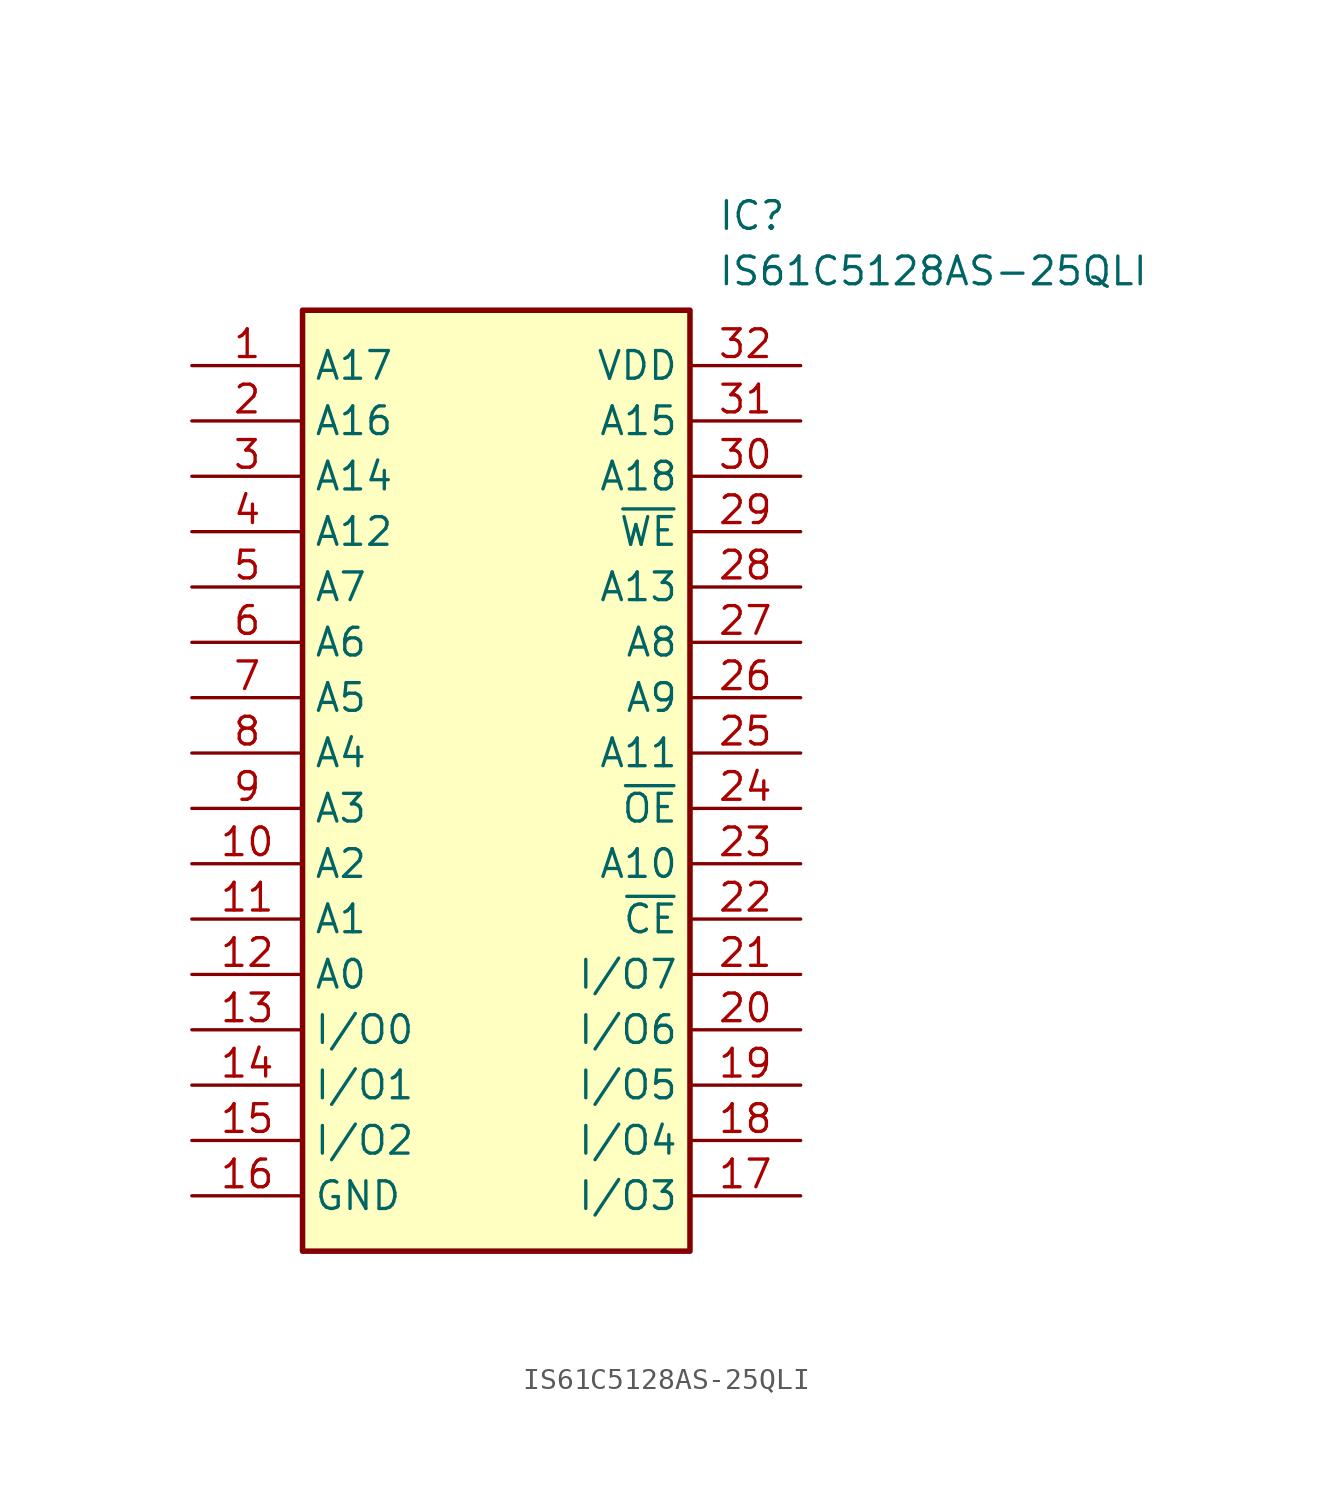
<source format=kicad_sym>
(kicad_symbol_lib
  (version 20211014)
  (generator SamacSys_ECAD_Model)
  (symbol "IS61C5128AS-25QLI"
    (property "Reference" "IC"
      (at 24.13 7.62 0)
      (effects (font (size 1.27 1.27)) (justify left top)))
    (property "Value" "IS61C5128AS-25QLI"
      (at 24.13 5.08 0)
      (effects (font (size 1.27 1.27)) (justify left top)))
    (rectangle
      (start 5.08 2.54)
      (end 22.86 -40.64)
      (stroke (width 0.254) (type default))
      (fill (type background)))
    (pin passive line
      (at 0 0 0)
      (length 5.08)
      (name "A17" (effects (font (size 1.27 1.27))))
      (number "1" (effects (font (size 1.27 1.27)))))
    (pin passive line
      (at 0 -2.54 0)
      (length 5.08)
      (name "A16" (effects (font (size 1.27 1.27))))
      (number "2" (effects (font (size 1.27 1.27)))))
    (pin passive line
      (at 0 -5.08 0)
      (length 5.08)
      (name "A14" (effects (font (size 1.27 1.27))))
      (number "3" (effects (font (size 1.27 1.27)))))
    (pin passive line
      (at 0 -7.62 0)
      (length 5.08)
      (name "A12" (effects (font (size 1.27 1.27))))
      (number "4" (effects (font (size 1.27 1.27)))))
    (pin passive line
      (at 0 -10.16 0)
      (length 5.08)
      (name "A7" (effects (font (size 1.27 1.27))))
      (number "5" (effects (font (size 1.27 1.27)))))
    (pin passive line
      (at 0 -12.7 0)
      (length 5.08)
      (name "A6" (effects (font (size 1.27 1.27))))
      (number "6" (effects (font (size 1.27 1.27)))))
    (pin passive line
      (at 0 -15.24 0)
      (length 5.08)
      (name "A5" (effects (font (size 1.27 1.27))))
      (number "7" (effects (font (size 1.27 1.27)))))
    (pin passive line
      (at 0 -17.78 0)
      (length 5.08)
      (name "A4" (effects (font (size 1.27 1.27))))
      (number "8" (effects (font (size 1.27 1.27)))))
    (pin passive line
      (at 0 -20.32 0)
      (length 5.08)
      (name "A3" (effects (font (size 1.27 1.27))))
      (number "9" (effects (font (size 1.27 1.27)))))
    (pin passive line
      (at 0 -22.86 0)
      (length 5.08)
      (name "A2" (effects (font (size 1.27 1.27))))
      (number "10" (effects (font (size 1.27 1.27)))))
    (pin passive line
      (at 0 -25.4 0)
      (length 5.08)
      (name "A1" (effects (font (size 1.27 1.27))))
      (number "11" (effects (font (size 1.27 1.27)))))
    (pin passive line
      (at 0 -27.94 0)
      (length 5.08)
      (name "A0" (effects (font (size 1.27 1.27))))
      (number "12" (effects (font (size 1.27 1.27)))))
    (pin passive line
      (at 0 -30.48 0)
      (length 5.08)
      (name "I/O0" (effects (font (size 1.27 1.27))))
      (number "13" (effects (font (size 1.27 1.27)))))
    (pin passive line
      (at 0 -33.02 0)
      (length 5.08)
      (name "I/O1" (effects (font (size 1.27 1.27))))
      (number "14" (effects (font (size 1.27 1.27)))))
    (pin passive line
      (at 0 -35.56 0)
      (length 5.08)
      (name "I/O2" (effects (font (size 1.27 1.27))))
      (number "15" (effects (font (size 1.27 1.27)))))
    (pin passive line
      (at 0 -38.1 0)
      (length 5.08)
      (name "GND" (effects (font (size 1.27 1.27))))
      (number "16" (effects (font (size 1.27 1.27)))))
    (pin passive line
      (at 27.94 0 180)
      (length 5.08)
      (name "VDD" (effects (font (size 1.27 1.27))))
      (number "32" (effects (font (size 1.27 1.27)))))
    (pin passive line
      (at 27.94 -2.54 180)
      (length 5.08)
      (name "A15" (effects (font (size 1.27 1.27))))
      (number "31" (effects (font (size 1.27 1.27)))))
    (pin passive line
      (at 27.94 -5.08 180)
      (length 5.08)
      (name "A18" (effects (font (size 1.27 1.27))))
      (number "30" (effects (font (size 1.27 1.27)))))
    (pin passive line
      (at 27.94 -7.62 180)
      (length 5.08)
      (name "~{WE}" (effects (font (size 1.27 1.27))))
      (number "29" (effects (font (size 1.27 1.27)))))
    (pin passive line
      (at 27.94 -10.16 180)
      (length 5.08)
      (name "A13" (effects (font (size 1.27 1.27))))
      (number "28" (effects (font (size 1.27 1.27)))))
    (pin passive line
      (at 27.94 -12.7 180)
      (length 5.08)
      (name "A8" (effects (font (size 1.27 1.27))))
      (number "27" (effects (font (size 1.27 1.27)))))
    (pin passive line
      (at 27.94 -15.24 180)
      (length 5.08)
      (name "A9" (effects (font (size 1.27 1.27))))
      (number "26" (effects (font (size 1.27 1.27)))))
    (pin passive line
      (at 27.94 -17.78 180)
      (length 5.08)
      (name "A11" (effects (font (size 1.27 1.27))))
      (number "25" (effects (font (size 1.27 1.27)))))
    (pin passive line
      (at 27.94 -20.32 180)
      (length 5.08)
      (name "~{OE}" (effects (font (size 1.27 1.27))))
      (number "24" (effects (font (size 1.27 1.27)))))
    (pin passive line
      (at 27.94 -22.86 180)
      (length 5.08)
      (name "A10" (effects (font (size 1.27 1.27))))
      (number "23" (effects (font (size 1.27 1.27)))))
    (pin passive line
      (at 27.94 -25.4 180)
      (length 5.08)
      (name "~{CE}" (effects (font (size 1.27 1.27))))
      (number "22" (effects (font (size 1.27 1.27)))))
    (pin passive line
      (at 27.94 -27.94 180)
      (length 5.08)
      (name "I/O7" (effects (font (size 1.27 1.27))))
      (number "21" (effects (font (size 1.27 1.27)))))
    (pin passive line
      (at 27.94 -30.48 180)
      (length 5.08)
      (name "I/O6" (effects (font (size 1.27 1.27))))
      (number "20" (effects (font (size 1.27 1.27)))))
    (pin passive line
      (at 27.94 -33.02 180)
      (length 5.08)
      (name "I/O5" (effects (font (size 1.27 1.27))))
      (number "19" (effects (font (size 1.27 1.27)))))
    (pin passive line
      (at 27.94 -35.56 180)
      (length 5.08)
      (name "I/O4" (effects (font (size 1.27 1.27))))
      (number "18" (effects (font (size 1.27 1.27)))))
    (pin passive line
      (at 27.94 -38.1 180)
      (length 5.08)
      (name "I/O3" (effects (font (size 1.27 1.27))))
      (number "17" (effects (font (size 1.27 1.27)))))))
</source>
